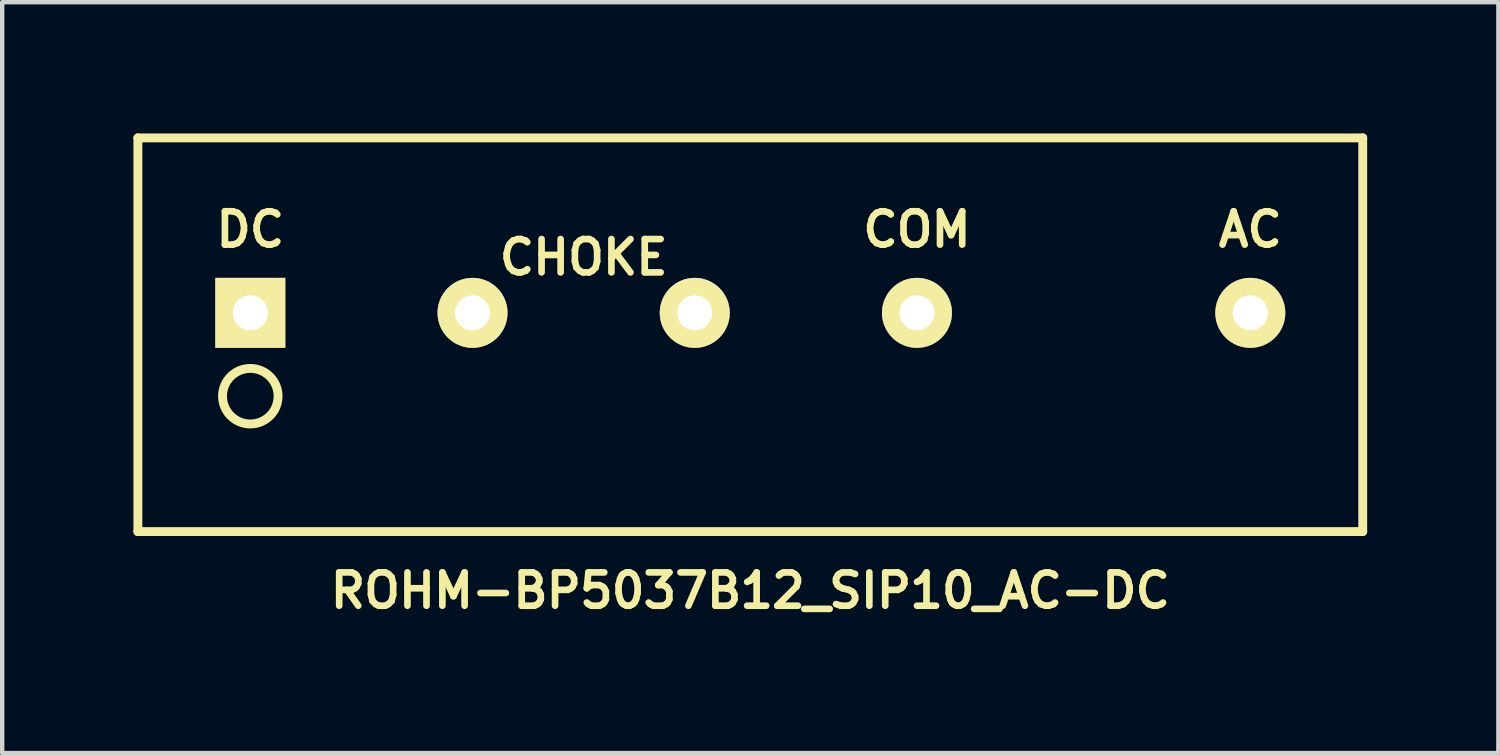
<source format=kicad_pcb>
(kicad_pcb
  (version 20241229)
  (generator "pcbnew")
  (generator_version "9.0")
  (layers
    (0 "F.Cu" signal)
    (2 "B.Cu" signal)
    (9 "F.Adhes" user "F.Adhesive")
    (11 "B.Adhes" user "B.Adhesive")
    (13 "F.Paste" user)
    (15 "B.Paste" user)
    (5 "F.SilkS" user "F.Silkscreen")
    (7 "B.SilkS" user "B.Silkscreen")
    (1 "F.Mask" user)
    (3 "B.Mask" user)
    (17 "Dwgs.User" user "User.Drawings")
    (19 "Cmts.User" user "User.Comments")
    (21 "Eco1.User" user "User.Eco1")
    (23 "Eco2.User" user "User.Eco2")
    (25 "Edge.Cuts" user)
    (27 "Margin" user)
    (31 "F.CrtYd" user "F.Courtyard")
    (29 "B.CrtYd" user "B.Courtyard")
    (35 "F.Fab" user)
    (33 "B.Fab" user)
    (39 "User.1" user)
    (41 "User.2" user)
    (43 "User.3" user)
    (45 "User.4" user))
  (footprint "ROHM-BP5037B12_SIP10_AC-DC"
    (layer "F.Cu")
    (at 14.102 4.102)
    (property "Reference" "ROHM-BP5037B12_SIP10_AC-DC" (at 0 6.35 0) (layer "F.SilkS") (effects (font (size 0.762 0.762) (thickness 0.152))))
    (attr through_hole)
    (fp_line (start -14 -4) (end -14 5) (stroke (width 0.203) (type solid)) (layer "F.SilkS"))
    (fp_line (start -14 5) (end 14 5) (stroke (width 0.203) (type solid)) (layer "F.SilkS"))
    (fp_line (start 14 -4) (end -14 -4) (stroke (width 0.203) (type solid)) (layer "F.SilkS"))
    (fp_line (start 14 5) (end 14 -4) (stroke (width 0.203) (type solid)) (layer "F.SilkS"))
    (fp_circle (center -11.43 1.905) (end -11.43 1.27) (stroke (width 0.203) (type solid)) (fill no) (layer "F.SilkS"))
    (fp_text user "DC" (at -11.43 -1.905 0) (layer "F.SilkS") (effects (font (size 0.762 0.762) (thickness 0.152))))
    (fp_text user "COM" (at 3.81 -1.905 0) (layer "F.SilkS") (effects (font (size 0.762 0.762) (thickness 0.152))))
    (fp_text user "CHOKE" (at -3.81 -1.27 0) (layer "F.SilkS") (effects (font (size 0.762 0.762) (thickness 0.152))))
    (fp_text user "AC" (at 11.43 -1.905 0) (layer "F.SilkS") (effects (font (size 0.762 0.762) (thickness 0.152))))
    (pad "1" thru_hole rect (at -11.43 0) (size 1.6 1.6) (drill 0.8) (layers "*.Cu" "*.Mask" "F.SilkS"))
    (pad "3" thru_hole circle (at -6.35 0) (size 1.6 1.6) (drill 0.8) (layers "*.Cu" "*.Mask" "F.SilkS"))
    (pad "5" thru_hole circle (at -1.27 0) (size 1.6 1.6) (drill 0.8) (layers "*.Cu" "*.Mask" "F.SilkS"))
    (pad "7" thru_hole circle (at 3.81 0) (size 1.6 1.6) (drill 0.8) (layers "*.Cu" "*.Mask" "F.SilkS"))
    (pad "10" thru_hole circle (at 11.43 0) (size 1.6 1.6) (drill 0.8) (layers "*.Cu" "*.Mask" "F.SilkS")))
  (gr_rect
    (start -3 -3)
    (end 31.203 14.165)
    (stroke (width 0.1) (type default))
    (fill no)
    (layer "Edge.Cuts")))
</source>
